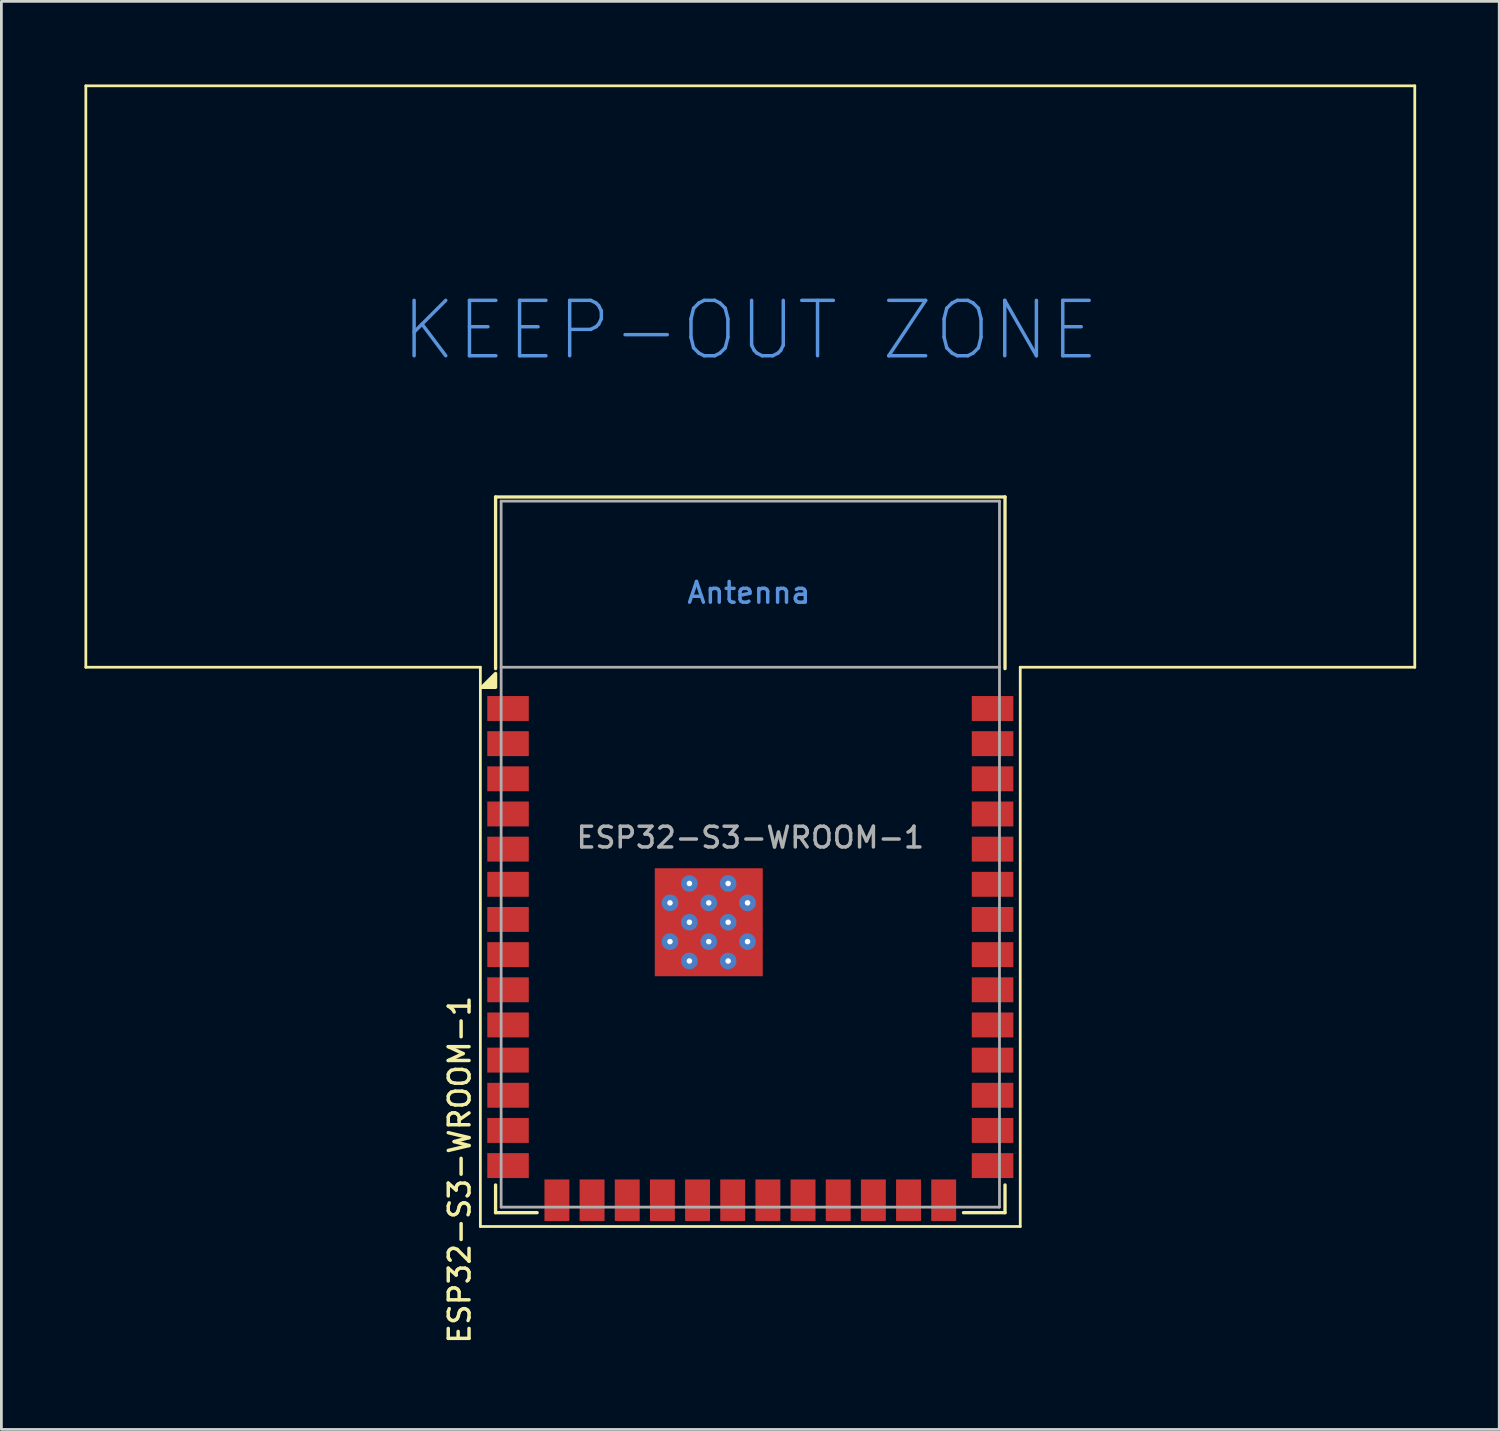
<source format=kicad_pcb>
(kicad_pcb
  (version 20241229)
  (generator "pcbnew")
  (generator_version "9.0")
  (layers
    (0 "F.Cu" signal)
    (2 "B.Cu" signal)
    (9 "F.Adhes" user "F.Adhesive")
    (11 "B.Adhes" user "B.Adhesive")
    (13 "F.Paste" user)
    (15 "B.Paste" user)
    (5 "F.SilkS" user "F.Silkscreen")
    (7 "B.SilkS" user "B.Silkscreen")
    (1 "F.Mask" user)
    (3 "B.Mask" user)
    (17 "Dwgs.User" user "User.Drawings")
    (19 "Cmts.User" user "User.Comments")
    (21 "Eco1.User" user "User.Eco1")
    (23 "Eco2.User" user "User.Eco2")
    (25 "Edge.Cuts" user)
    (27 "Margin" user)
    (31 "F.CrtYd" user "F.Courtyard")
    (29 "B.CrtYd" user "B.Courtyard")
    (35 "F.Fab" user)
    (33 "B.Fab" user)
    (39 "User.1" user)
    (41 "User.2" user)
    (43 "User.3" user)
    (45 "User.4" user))
  (footprint "ESP32-S3-WROOM-1"
    (layer "F.Cu")
    (at 24.05 27.8)
    (property "Reference" "ESP32-S3-WROOM-1" (at -10.5 11.4 90) (unlocked yes) (layer "F.SilkS") (effects (font (size 0.75 0.75) (thickness 0.125))))
    (attr smd)
    (fp_line (start -24 -27.75) (end -24 -6.75) (stroke (width 0.1) (type solid)) (layer "F.SilkS"))
    (fp_line (start -24 -6.75) (end -9.75 -6.75) (stroke (width 0.1) (type solid)) (layer "F.SilkS"))
    (fp_line (start -9.75 13.45) (end -9.75 -6.75) (stroke (width 0.1) (type solid)) (layer "F.SilkS"))
    (fp_line (start -9.75 13.45) (end 9.75 13.45) (stroke (width 0.1) (type solid)) (layer "F.SilkS"))
    (fp_line (start -9.2 -12.9) (end -9.2 -6.7) (stroke (width 0.12) (type solid)) (layer "F.SilkS"))
    (fp_line (start -9.2 -12.9) (end 9.2 -12.9) (stroke (width 0.12) (type solid)) (layer "F.SilkS"))
    (fp_line (start -9.2 11.95) (end -9.2 12.95) (stroke (width 0.12) (type solid)) (layer "F.SilkS"))
    (fp_line (start -9.2 12.95) (end -7.7 12.95) (stroke (width 0.12) (type solid)) (layer "F.SilkS"))
    (fp_line (start 9.2 -12.9) (end 9.2 -6.7) (stroke (width 0.12) (type solid)) (layer "F.SilkS"))
    (fp_line (start 9.2 12.95) (end 7.7 12.95) (stroke (width 0.12) (type solid)) (layer "F.SilkS"))
    (fp_line (start 9.2 12.95) (end 9.2 11.95) (stroke (width 0.12) (type solid)) (layer "F.SilkS"))
    (fp_line (start 9.75 -6.75) (end 9.75 13.45) (stroke (width 0.1) (type solid)) (layer "F.SilkS"))
    (fp_line (start 9.75 -6.75) (end 24 -6.75) (stroke (width 0.1) (type solid)) (layer "F.SilkS"))
    (fp_line (start 24 -27.75) (end -24 -27.75) (stroke (width 0.1) (type solid)) (layer "F.SilkS"))
    (fp_line (start 24 -6.75) (end 24 -27.75) (stroke (width 0.1) (type solid)) (layer "F.SilkS"))
    (fp_poly (pts (xy -9.2 -6.025) (xy -9.7 -6.025) (xy -9.2 -6.525) (xy -9.2 -6.025)) (stroke (width 0.12) (type solid)) (fill yes) (layer "F.SilkS"))
    (fp_line (start -9 -12.75) (end 9 -12.75) (stroke (width 0.1) (type solid)) (layer "F.Fab"))
    (fp_line (start -9 -6.75) (end 9 -6.75) (stroke (width 0.1) (type solid)) (layer "F.Fab"))
    (fp_line (start -9 12.75) (end -9 -12.75) (stroke (width 0.1) (type solid)) (layer "F.Fab"))
    (fp_line (start -9 12.75) (end 9 12.75) (stroke (width 0.1) (type solid)) (layer "F.Fab"))
    (fp_line (start 9 12.75) (end 9 -12.75) (stroke (width 0.1) (type solid)) (layer "F.Fab"))
    (fp_text user "Antenna" (at -0.05 -9.44 0) (layer "Cmts.User") (effects (font (size 0.75 0.75) (thickness 0.125))))
    (fp_text user "KEEP-OUT ZONE" (at 0 -18.92 0) (layer "Cmts.User") (effects (font (size 2 2) (thickness 0.125))))
    (fp_text user "${REFERENCE}" (at 0 -0.6 0) (unlocked yes) (layer "F.Fab") (effects (font (size 0.75 0.75) (thickness 0.125))))
    (pad "" smd rect (at -2.9 1.06) (size 0.9 0.9) (layers "F.Paste"))
    (pad "" smd rect (at -2.9 2.46 270) (size 0.9 0.9) (layers "F.Paste"))
    (pad "" smd rect (at -2.9 3.86) (size 0.9 0.9) (layers "F.Paste"))
    (pad "" smd rect (at -1.5 1.06 270) (size 0.9 0.9) (layers "F.Paste"))
    (pad "" smd rect (at -1.5 2.46 270) (size 0.9 0.9) (layers "F.Paste"))
    (pad "" smd rect (at -1.5 3.86 270) (size 0.9 0.9) (layers "F.Paste"))
    (pad "" smd rect (at -0.1 1.06 270) (size 0.9 0.9) (layers "F.Paste"))
    (pad "" smd rect (at -0.1 2.46 270) (size 0.9 0.9) (layers "F.Paste"))
    (pad "" smd rect (at -0.1 3.86 270) (size 0.9 0.9) (layers "F.Paste"))
    (pad "1" smd rect (at -8.75 -5.26) (size 1.5 0.9) (layers "F.Cu" "F.Mask" "F.Paste"))
    (pad "2" smd rect (at -8.75 -3.99) (size 1.5 0.9) (layers "F.Cu" "F.Mask" "F.Paste"))
    (pad "3" smd rect (at -8.75 -2.72) (size 1.5 0.9) (layers "F.Cu" "F.Mask" "F.Paste"))
    (pad "4" smd rect (at -8.75 -1.45) (size 1.5 0.9) (layers "F.Cu" "F.Mask" "F.Paste"))
    (pad "5" smd rect (at -8.75 -0.18) (size 1.5 0.9) (layers "F.Cu" "F.Mask" "F.Paste"))
    (pad "6" smd rect (at -8.75 1.09) (size 1.5 0.9) (layers "F.Cu" "F.Mask" "F.Paste"))
    (pad "7" smd rect (at -8.75 2.36) (size 1.5 0.9) (layers "F.Cu" "F.Mask" "F.Paste"))
    (pad "8" smd rect (at -8.75 3.63) (size 1.5 0.9) (layers "F.Cu" "F.Mask" "F.Paste"))
    (pad "9" smd rect (at -8.75 4.9) (size 1.5 0.9) (layers "F.Cu" "F.Mask" "F.Paste"))
    (pad "10" smd rect (at -8.75 6.17) (size 1.5 0.9) (layers "F.Cu" "F.Mask" "F.Paste"))
    (pad "11" smd rect (at -8.75 7.44) (size 1.5 0.9) (layers "F.Cu" "F.Mask" "F.Paste"))
    (pad "12" smd rect (at -8.75 8.71) (size 1.5 0.9) (layers "F.Cu" "F.Mask" "F.Paste"))
    (pad "13" smd rect (at -8.75 9.98) (size 1.5 0.9) (layers "F.Cu" "F.Mask" "F.Paste"))
    (pad "14" smd rect (at -8.75 11.25 180) (size 1.5 0.9) (layers "F.Cu" "F.Mask" "F.Paste"))
    (pad "15" smd rect (at -6.985 12.5 270) (size 1.5 0.9) (layers "F.Cu" "F.Mask" "F.Paste"))
    (pad "16" smd rect (at -5.715 12.5 270) (size 1.5 0.9) (layers "F.Cu" "F.Mask" "F.Paste"))
    (pad "17" smd rect (at -4.445 12.5 270) (size 1.5 0.9) (layers "F.Cu" "F.Mask" "F.Paste"))
    (pad "18" smd rect (at -3.175 12.5 270) (size 1.5 0.9) (layers "F.Cu" "F.Mask" "F.Paste"))
    (pad "19" smd rect (at -1.905 12.5 270) (size 1.5 0.9) (layers "F.Cu" "F.Mask" "F.Paste"))
    (pad "20" smd rect (at -0.635 12.5 270) (size 1.5 0.9) (layers "F.Cu" "F.Mask" "F.Paste"))
    (pad "21" smd rect (at 0.635 12.5 270) (size 1.5 0.9) (layers "F.Cu" "F.Mask" "F.Paste"))
    (pad "22" smd rect (at 1.905 12.5 270) (size 1.5 0.9) (layers "F.Cu" "F.Mask" "F.Paste"))
    (pad "23" smd rect (at 3.175 12.5 270) (size 1.5 0.9) (layers "F.Cu" "F.Mask" "F.Paste"))
    (pad "24" smd rect (at 4.445 12.5 270) (size 1.5 0.9) (layers "F.Cu" "F.Mask" "F.Paste"))
    (pad "25" smd rect (at 5.715 12.5 270) (size 1.5 0.9) (layers "F.Cu" "F.Mask" "F.Paste"))
    (pad "26" smd rect (at 6.985 12.5 270) (size 1.5 0.9) (layers "F.Cu" "F.Mask" "F.Paste"))
    (pad "27" smd rect (at 8.75 11.25) (size 1.5 0.9) (layers "F.Cu" "F.Mask" "F.Paste"))
    (pad "28" smd rect (at 8.75 9.98) (size 1.5 0.9) (layers "F.Cu" "F.Mask" "F.Paste"))
    (pad "29" smd rect (at 8.75 8.71) (size 1.5 0.9) (layers "F.Cu" "F.Mask" "F.Paste"))
    (pad "30" smd rect (at 8.75 7.44) (size 1.5 0.9) (layers "F.Cu" "F.Mask" "F.Paste"))
    (pad "31" smd rect (at 8.75 6.17) (size 1.5 0.9) (layers "F.Cu" "F.Mask" "F.Paste"))
    (pad "32" smd rect (at 8.75 4.9) (size 1.5 0.9) (layers "F.Cu" "F.Mask" "F.Paste"))
    (pad "33" smd rect (at 8.75 3.63) (size 1.5 0.9) (layers "F.Cu" "F.Mask" "F.Paste"))
    (pad "34" smd rect (at 8.75 2.36) (size 1.5 0.9) (layers "F.Cu" "F.Mask" "F.Paste"))
    (pad "35" smd rect (at 8.75 1.09) (size 1.5 0.9) (layers "F.Cu" "F.Mask" "F.Paste"))
    (pad "36" smd rect (at 8.75 -0.18) (size 1.5 0.9) (layers "F.Cu" "F.Mask" "F.Paste"))
    (pad "37" smd rect (at 8.75 -1.45) (size 1.5 0.9) (layers "F.Cu" "F.Mask" "F.Paste"))
    (pad "38" smd rect (at 8.75 -2.72) (size 1.5 0.9) (layers "F.Cu" "F.Mask" "F.Paste"))
    (pad "39" smd rect (at 8.75 -3.99) (size 1.5 0.9) (layers "F.Cu" "F.Mask" "F.Paste"))
    (pad "40" smd rect (at 8.75 -5.26) (size 1.5 0.9) (layers "F.Cu" "F.Mask" "F.Paste"))
    (pad "41" thru_hole circle (at -2.9 1.76 90) (size 0.6 0.6) (drill 0.2) (property pad_prop_heatsink) (layers "*.Cu" "F.Mask"))
    (pad "41" thru_hole circle (at -2.9 3.16) (size 0.6 0.6) (drill 0.2) (property pad_prop_heatsink) (layers "*.Cu" "F.Mask"))
    (pad "41" thru_hole circle (at -2.2 1.06) (size 0.6 0.6) (drill 0.2) (property pad_prop_heatsink) (layers "*.Cu" "F.Mask"))
    (pad "41" thru_hole circle (at -2.2 2.46) (size 0.6 0.6) (drill 0.2) (property pad_prop_heatsink) (layers "*.Cu" "F.Mask"))
    (pad "41" thru_hole circle (at -2.2 3.86) (size 0.6 0.6) (drill 0.2) (property pad_prop_heatsink) (layers "*.Cu" "F.Mask"))
    (pad "41" thru_hole circle (at -1.5 1.76) (size 0.6 0.6) (drill 0.2) (property pad_prop_heatsink) (layers "*.Cu" "F.Mask"))
    (pad "41" smd rect (at -1.5 2.46 270) (size 3.9 3.9) (layers "F.Cu" "F.Mask"))
    (pad "41" thru_hole circle (at -1.5 3.16) (size 0.6 0.6) (drill 0.2) (property pad_prop_heatsink) (layers "*.Cu" "F.Mask"))
    (pad "41" thru_hole circle (at -0.8 1.06) (size 0.6 0.6) (drill 0.2) (property pad_prop_heatsink) (layers "*.Cu" "F.Mask"))
    (pad "41" thru_hole circle (at -0.8 2.46) (size 0.6 0.6) (drill 0.2) (property pad_prop_heatsink) (layers "*.Cu" "F.Mask"))
    (pad "41" thru_hole circle (at -0.8 3.86) (size 0.6 0.6) (drill 0.2) (property pad_prop_heatsink) (layers "*.Cu" "F.Mask"))
    (pad "41" thru_hole circle (at -0.1 1.76) (size 0.6 0.6) (drill 0.2) (property pad_prop_heatsink) (layers "*.Cu" "F.Mask"))
    (pad "41" thru_hole circle (at -0.1 3.16) (size 0.6 0.6) (drill 0.2) (property pad_prop_heatsink) (layers "*.Cu" "F.Mask"))
    (zone (net_name "") (layers "F.Cu" "B.Cu") (hatch full 0.508) (connect_pads) (min_thickness 0.254) (filled_areas_thickness no) (keepout (tracks not_allowed) (vias not_allowed) (pads not_allowed) (copperpour not_allowed) (footprints not_allowed)) (placement (enabled no)) (fill) (polygon (pts (xy 0.05 21.05) (xy 48.05 21.05) (xy 48.05 0.05) (xy 0.05 0.05)))))
  (gr_rect
    (start -3 -3)
    (end 51.1 48.58)
    (stroke (width 0.1) (type default))
    (fill no)
    (layer "Edge.Cuts")))
</source>
